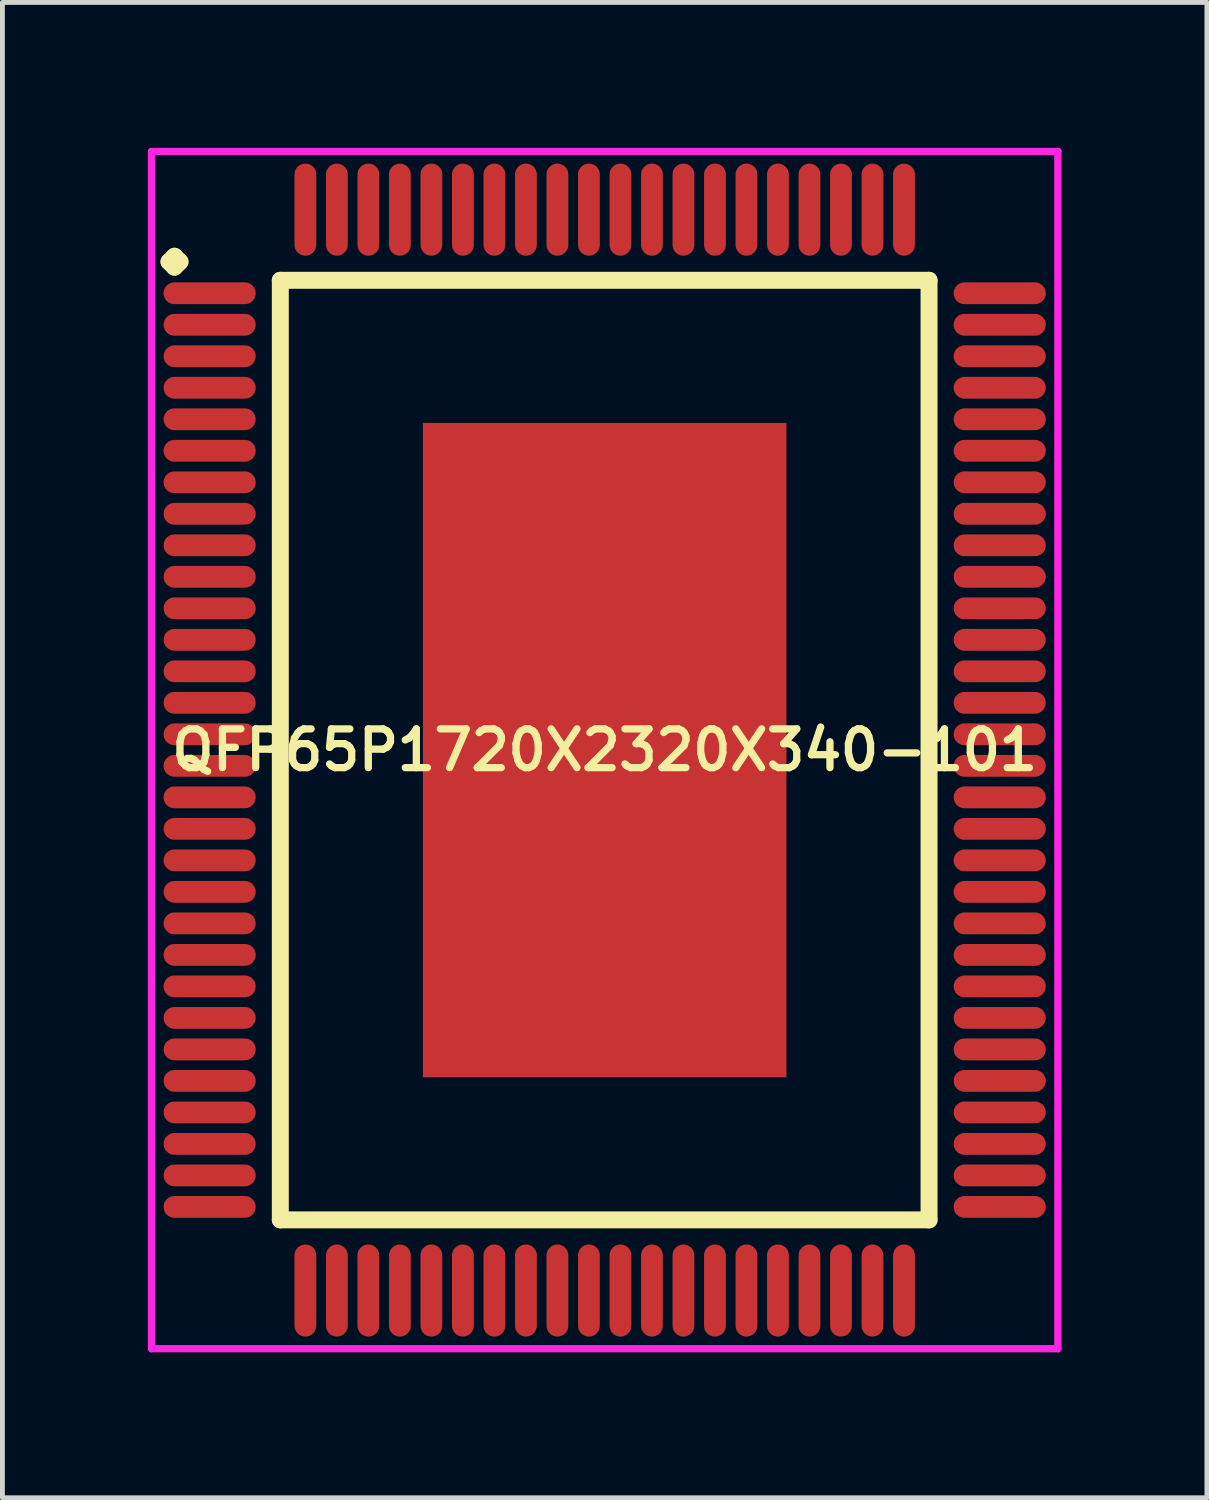
<source format=kicad_pcb>
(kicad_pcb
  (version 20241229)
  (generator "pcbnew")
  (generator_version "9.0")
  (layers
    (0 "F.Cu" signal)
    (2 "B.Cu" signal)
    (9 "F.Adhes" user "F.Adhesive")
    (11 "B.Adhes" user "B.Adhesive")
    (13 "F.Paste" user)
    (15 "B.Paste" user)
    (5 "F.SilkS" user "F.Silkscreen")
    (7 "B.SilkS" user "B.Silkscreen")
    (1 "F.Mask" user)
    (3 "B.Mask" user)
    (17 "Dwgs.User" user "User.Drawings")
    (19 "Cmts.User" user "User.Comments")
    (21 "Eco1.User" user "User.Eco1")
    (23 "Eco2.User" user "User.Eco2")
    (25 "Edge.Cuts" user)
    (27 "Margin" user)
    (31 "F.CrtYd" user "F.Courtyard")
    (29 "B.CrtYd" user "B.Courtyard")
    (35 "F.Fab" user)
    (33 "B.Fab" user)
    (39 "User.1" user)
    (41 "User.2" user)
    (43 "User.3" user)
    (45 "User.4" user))
  (footprint "QFP65P1720X2320X340-101"
    (layer "F.Cu")
    (at 9.425 12.425)
    (property "Reference" "QFP65P1720X2320X340-101" (at 0 0 0) (layer "F.SilkS") (effects (font (size 0.8 0.8) (thickness 0.15))))
    (attr smd)
    (fp_line (start -8.988 -10.075) (end -8.875 -10.188) (stroke (width 0.35) (type solid)) (layer "F.SilkS"))
    (fp_line (start -8.875 -10.188) (end -8.762 -10.075) (stroke (width 0.35) (type solid)) (layer "F.SilkS"))
    (fp_line (start -8.875 -9.963) (end -8.988 -10.075) (stroke (width 0.35) (type solid)) (layer "F.SilkS"))
    (fp_line (start -8.762 -10.075) (end -8.875 -9.963) (stroke (width 0.35) (type solid)) (layer "F.SilkS"))
    (fp_line (start -6.692 -9.692) (end -6.692 9.692) (stroke (width 0.35) (type solid)) (layer "F.SilkS"))
    (fp_line (start -6.692 9.692) (end 6.692 9.692) (stroke (width 0.35) (type solid)) (layer "F.SilkS"))
    (fp_line (start 6.692 -9.692) (end -6.692 -9.692) (stroke (width 0.35) (type solid)) (layer "F.SilkS"))
    (fp_line (start 6.692 9.692) (end 6.692 -9.692) (stroke (width 0.35) (type solid)) (layer "F.SilkS"))
    (fp_line (start -9.35 -12.35) (end 9.35 -12.35) (stroke (width 0.15) (type solid)) (layer "F.CrtYd"))
    (fp_line (start -9.35 12.35) (end -9.35 -12.35) (stroke (width 0.15) (type solid)) (layer "F.CrtYd"))
    (fp_line (start 9.35 -12.35) (end 9.35 12.35) (stroke (width 0.15) (type solid)) (layer "F.CrtYd"))
    (fp_line (start 9.35 12.35) (end -9.35 12.35) (stroke (width 0.15) (type solid)) (layer "F.CrtYd"))
    (pad "1" smd oval (at -8.15 -9.425) (size 1.9 0.45) (layers "F.Cu" "F.Mask" "F.Paste"))
    (pad "2" smd oval (at -8.15 -8.775) (size 1.9 0.45) (layers "F.Cu" "F.Mask" "F.Paste"))
    (pad "3" smd oval (at -8.15 -8.125) (size 1.9 0.45) (layers "F.Cu" "F.Mask" "F.Paste"))
    (pad "4" smd oval (at -8.15 -7.475) (size 1.9 0.45) (layers "F.Cu" "F.Mask" "F.Paste"))
    (pad "5" smd oval (at -8.15 -6.825) (size 1.9 0.45) (layers "F.Cu" "F.Mask" "F.Paste"))
    (pad "6" smd oval (at -8.15 -6.175) (size 1.9 0.45) (layers "F.Cu" "F.Mask" "F.Paste"))
    (pad "7" smd oval (at -8.15 -5.525) (size 1.9 0.45) (layers "F.Cu" "F.Mask" "F.Paste"))
    (pad "8" smd oval (at -8.15 -4.875) (size 1.9 0.45) (layers "F.Cu" "F.Mask" "F.Paste"))
    (pad "9" smd oval (at -8.15 -4.225) (size 1.9 0.45) (layers "F.Cu" "F.Mask" "F.Paste"))
    (pad "10" smd oval (at -8.15 -3.575) (size 1.9 0.45) (layers "F.Cu" "F.Mask" "F.Paste"))
    (pad "11" smd oval (at -8.15 -2.925) (size 1.9 0.45) (layers "F.Cu" "F.Mask" "F.Paste"))
    (pad "12" smd oval (at -8.15 -2.275) (size 1.9 0.45) (layers "F.Cu" "F.Mask" "F.Paste"))
    (pad "13" smd oval (at -8.15 -1.625) (size 1.9 0.45) (layers "F.Cu" "F.Mask" "F.Paste"))
    (pad "14" smd oval (at -8.15 -0.975) (size 1.9 0.45) (layers "F.Cu" "F.Mask" "F.Paste"))
    (pad "15" smd oval (at -8.15 -0.325) (size 1.9 0.45) (layers "F.Cu" "F.Mask" "F.Paste"))
    (pad "16" smd oval (at -8.15 0.325) (size 1.9 0.45) (layers "F.Cu" "F.Mask" "F.Paste"))
    (pad "17" smd oval (at -8.15 0.975) (size 1.9 0.45) (layers "F.Cu" "F.Mask" "F.Paste"))
    (pad "18" smd oval (at -8.15 1.625) (size 1.9 0.45) (layers "F.Cu" "F.Mask" "F.Paste"))
    (pad "19" smd oval (at -8.15 2.275) (size 1.9 0.45) (layers "F.Cu" "F.Mask" "F.Paste"))
    (pad "20" smd oval (at -8.15 2.925) (size 1.9 0.45) (layers "F.Cu" "F.Mask" "F.Paste"))
    (pad "21" smd oval (at -8.15 3.575) (size 1.9 0.45) (layers "F.Cu" "F.Mask" "F.Paste"))
    (pad "22" smd oval (at -8.15 4.225) (size 1.9 0.45) (layers "F.Cu" "F.Mask" "F.Paste"))
    (pad "23" smd oval (at -8.15 4.875) (size 1.9 0.45) (layers "F.Cu" "F.Mask" "F.Paste"))
    (pad "24" smd oval (at -8.15 5.525) (size 1.9 0.45) (layers "F.Cu" "F.Mask" "F.Paste"))
    (pad "25" smd oval (at -8.15 6.175) (size 1.9 0.45) (layers "F.Cu" "F.Mask" "F.Paste"))
    (pad "26" smd oval (at -8.15 6.825) (size 1.9 0.45) (layers "F.Cu" "F.Mask" "F.Paste"))
    (pad "27" smd oval (at -8.15 7.475) (size 1.9 0.45) (layers "F.Cu" "F.Mask" "F.Paste"))
    (pad "28" smd oval (at -8.15 8.125) (size 1.9 0.45) (layers "F.Cu" "F.Mask" "F.Paste"))
    (pad "29" smd oval (at -8.15 8.775) (size 1.9 0.45) (layers "F.Cu" "F.Mask" "F.Paste"))
    (pad "30" smd oval (at -8.15 9.425) (size 1.9 0.45) (layers "F.Cu" "F.Mask" "F.Paste"))
    (pad "31" smd oval (at -6.175 11.15) (size 0.45 1.9) (layers "F.Cu" "F.Mask" "F.Paste"))
    (pad "32" smd oval (at -5.525 11.15) (size 0.45 1.9) (layers "F.Cu" "F.Mask" "F.Paste"))
    (pad "33" smd oval (at -4.875 11.15) (size 0.45 1.9) (layers "F.Cu" "F.Mask" "F.Paste"))
    (pad "34" smd oval (at -4.225 11.15) (size 0.45 1.9) (layers "F.Cu" "F.Mask" "F.Paste"))
    (pad "35" smd oval (at -3.575 11.15) (size 0.45 1.9) (layers "F.Cu" "F.Mask" "F.Paste"))
    (pad "36" smd oval (at -2.925 11.15) (size 0.45 1.9) (layers "F.Cu" "F.Mask" "F.Paste"))
    (pad "37" smd oval (at -2.275 11.15) (size 0.45 1.9) (layers "F.Cu" "F.Mask" "F.Paste"))
    (pad "38" smd oval (at -1.625 11.15) (size 0.45 1.9) (layers "F.Cu" "F.Mask" "F.Paste"))
    (pad "39" smd oval (at -0.975 11.15) (size 0.45 1.9) (layers "F.Cu" "F.Mask" "F.Paste"))
    (pad "40" smd oval (at -0.325 11.15) (size 0.45 1.9) (layers "F.Cu" "F.Mask" "F.Paste"))
    (pad "41" smd oval (at 0.325 11.15) (size 0.45 1.9) (layers "F.Cu" "F.Mask" "F.Paste"))
    (pad "42" smd oval (at 0.975 11.15) (size 0.45 1.9) (layers "F.Cu" "F.Mask" "F.Paste"))
    (pad "43" smd oval (at 1.625 11.15) (size 0.45 1.9) (layers "F.Cu" "F.Mask" "F.Paste"))
    (pad "44" smd oval (at 2.275 11.15) (size 0.45 1.9) (layers "F.Cu" "F.Mask" "F.Paste"))
    (pad "45" smd oval (at 2.925 11.15) (size 0.45 1.9) (layers "F.Cu" "F.Mask" "F.Paste"))
    (pad "46" smd oval (at 3.575 11.15) (size 0.45 1.9) (layers "F.Cu" "F.Mask" "F.Paste"))
    (pad "47" smd oval (at 4.225 11.15) (size 0.45 1.9) (layers "F.Cu" "F.Mask" "F.Paste"))
    (pad "48" smd oval (at 4.875 11.15) (size 0.45 1.9) (layers "F.Cu" "F.Mask" "F.Paste"))
    (pad "49" smd oval (at 5.525 11.15) (size 0.45 1.9) (layers "F.Cu" "F.Mask" "F.Paste"))
    (pad "50" smd oval (at 6.175 11.15) (size 0.45 1.9) (layers "F.Cu" "F.Mask" "F.Paste"))
    (pad "51" smd oval (at 8.15 9.425) (size 1.9 0.45) (layers "F.Cu" "F.Mask" "F.Paste"))
    (pad "52" smd oval (at 8.15 8.775) (size 1.9 0.45) (layers "F.Cu" "F.Mask" "F.Paste"))
    (pad "53" smd oval (at 8.15 8.125) (size 1.9 0.45) (layers "F.Cu" "F.Mask" "F.Paste"))
    (pad "54" smd oval (at 8.15 7.475) (size 1.9 0.45) (layers "F.Cu" "F.Mask" "F.Paste"))
    (pad "55" smd oval (at 8.15 6.825) (size 1.9 0.45) (layers "F.Cu" "F.Mask" "F.Paste"))
    (pad "56" smd oval (at 8.15 6.175) (size 1.9 0.45) (layers "F.Cu" "F.Mask" "F.Paste"))
    (pad "57" smd oval (at 8.15 5.525) (size 1.9 0.45) (layers "F.Cu" "F.Mask" "F.Paste"))
    (pad "58" smd oval (at 8.15 4.875) (size 1.9 0.45) (layers "F.Cu" "F.Mask" "F.Paste"))
    (pad "59" smd oval (at 8.15 4.225) (size 1.9 0.45) (layers "F.Cu" "F.Mask" "F.Paste"))
    (pad "60" smd oval (at 8.15 3.575) (size 1.9 0.45) (layers "F.Cu" "F.Mask" "F.Paste"))
    (pad "61" smd oval (at 8.15 2.925) (size 1.9 0.45) (layers "F.Cu" "F.Mask" "F.Paste"))
    (pad "62" smd oval (at 8.15 2.275) (size 1.9 0.45) (layers "F.Cu" "F.Mask" "F.Paste"))
    (pad "63" smd oval (at 8.15 1.625) (size 1.9 0.45) (layers "F.Cu" "F.Mask" "F.Paste"))
    (pad "64" smd oval (at 8.15 0.975) (size 1.9 0.45) (layers "F.Cu" "F.Mask" "F.Paste"))
    (pad "65" smd oval (at 8.15 0.325) (size 1.9 0.45) (layers "F.Cu" "F.Mask" "F.Paste"))
    (pad "66" smd oval (at 8.15 -0.325) (size 1.9 0.45) (layers "F.Cu" "F.Mask" "F.Paste"))
    (pad "67" smd oval (at 8.15 -0.975) (size 1.9 0.45) (layers "F.Cu" "F.Mask" "F.Paste"))
    (pad "68" smd oval (at 8.15 -1.625) (size 1.9 0.45) (layers "F.Cu" "F.Mask" "F.Paste"))
    (pad "69" smd oval (at 8.15 -2.275) (size 1.9 0.45) (layers "F.Cu" "F.Mask" "F.Paste"))
    (pad "70" smd oval (at 8.15 -2.925) (size 1.9 0.45) (layers "F.Cu" "F.Mask" "F.Paste"))
    (pad "71" smd oval (at 8.15 -3.575) (size 1.9 0.45) (layers "F.Cu" "F.Mask" "F.Paste"))
    (pad "72" smd oval (at 8.15 -4.225) (size 1.9 0.45) (layers "F.Cu" "F.Mask" "F.Paste"))
    (pad "73" smd oval (at 8.15 -4.875) (size 1.9 0.45) (layers "F.Cu" "F.Mask" "F.Paste"))
    (pad "74" smd oval (at 8.15 -5.525) (size 1.9 0.45) (layers "F.Cu" "F.Mask" "F.Paste"))
    (pad "75" smd oval (at 8.15 -6.175) (size 1.9 0.45) (layers "F.Cu" "F.Mask" "F.Paste"))
    (pad "76" smd oval (at 8.15 -6.825) (size 1.9 0.45) (layers "F.Cu" "F.Mask" "F.Paste"))
    (pad "77" smd oval (at 8.15 -7.475) (size 1.9 0.45) (layers "F.Cu" "F.Mask" "F.Paste"))
    (pad "78" smd oval (at 8.15 -8.125) (size 1.9 0.45) (layers "F.Cu" "F.Mask" "F.Paste"))
    (pad "79" smd oval (at 8.15 -8.775) (size 1.9 0.45) (layers "F.Cu" "F.Mask" "F.Paste"))
    (pad "80" smd oval (at 8.15 -9.425) (size 1.9 0.45) (layers "F.Cu" "F.Mask" "F.Paste"))
    (pad "81" smd oval (at 6.175 -11.15) (size 0.45 1.9) (layers "F.Cu" "F.Mask" "F.Paste"))
    (pad "82" smd oval (at 5.525 -11.15) (size 0.45 1.9) (layers "F.Cu" "F.Mask" "F.Paste"))
    (pad "83" smd oval (at 4.875 -11.15) (size 0.45 1.9) (layers "F.Cu" "F.Mask" "F.Paste"))
    (pad "84" smd oval (at 4.225 -11.15) (size 0.45 1.9) (layers "F.Cu" "F.Mask" "F.Paste"))
    (pad "85" smd oval (at 3.575 -11.15) (size 0.45 1.9) (layers "F.Cu" "F.Mask" "F.Paste"))
    (pad "86" smd oval (at 2.925 -11.15) (size 0.45 1.9) (layers "F.Cu" "F.Mask" "F.Paste"))
    (pad "87" smd oval (at 2.275 -11.15) (size 0.45 1.9) (layers "F.Cu" "F.Mask" "F.Paste"))
    (pad "88" smd oval (at 1.625 -11.15) (size 0.45 1.9) (layers "F.Cu" "F.Mask" "F.Paste"))
    (pad "89" smd oval (at 0.975 -11.15) (size 0.45 1.9) (layers "F.Cu" "F.Mask" "F.Paste"))
    (pad "90" smd oval (at 0.325 -11.15) (size 0.45 1.9) (layers "F.Cu" "F.Mask" "F.Paste"))
    (pad "91" smd oval (at -0.325 -11.15) (size 0.45 1.9) (layers "F.Cu" "F.Mask" "F.Paste"))
    (pad "92" smd oval (at -0.975 -11.15) (size 0.45 1.9) (layers "F.Cu" "F.Mask" "F.Paste"))
    (pad "93" smd oval (at -1.625 -11.15) (size 0.45 1.9) (layers "F.Cu" "F.Mask" "F.Paste"))
    (pad "94" smd oval (at -2.275 -11.15) (size 0.45 1.9) (layers "F.Cu" "F.Mask" "F.Paste"))
    (pad "95" smd oval (at -2.925 -11.15) (size 0.45 1.9) (layers "F.Cu" "F.Mask" "F.Paste"))
    (pad "96" smd oval (at -3.575 -11.15) (size 0.45 1.9) (layers "F.Cu" "F.Mask" "F.Paste"))
    (pad "97" smd oval (at -4.225 -11.15) (size 0.45 1.9) (layers "F.Cu" "F.Mask" "F.Paste"))
    (pad "98" smd oval (at -4.875 -11.15) (size 0.45 1.9) (layers "F.Cu" "F.Mask" "F.Paste"))
    (pad "99" smd oval (at -5.525 -11.15) (size 0.45 1.9) (layers "F.Cu" "F.Mask" "F.Paste"))
    (pad "100" smd oval (at -6.175 -11.15) (size 0.45 1.9) (layers "F.Cu" "F.Mask" "F.Paste"))
    (pad "101" smd rect (at 0 0) (size 7.5 13.5) (layers "F.Cu" "F.Mask" "F.Paste")))
  (gr_rect
    (start -3 -3)
    (end 21.85 27.85)
    (stroke (width 0.1) (type default))
    (fill no)
    (layer "Edge.Cuts")))
</source>
